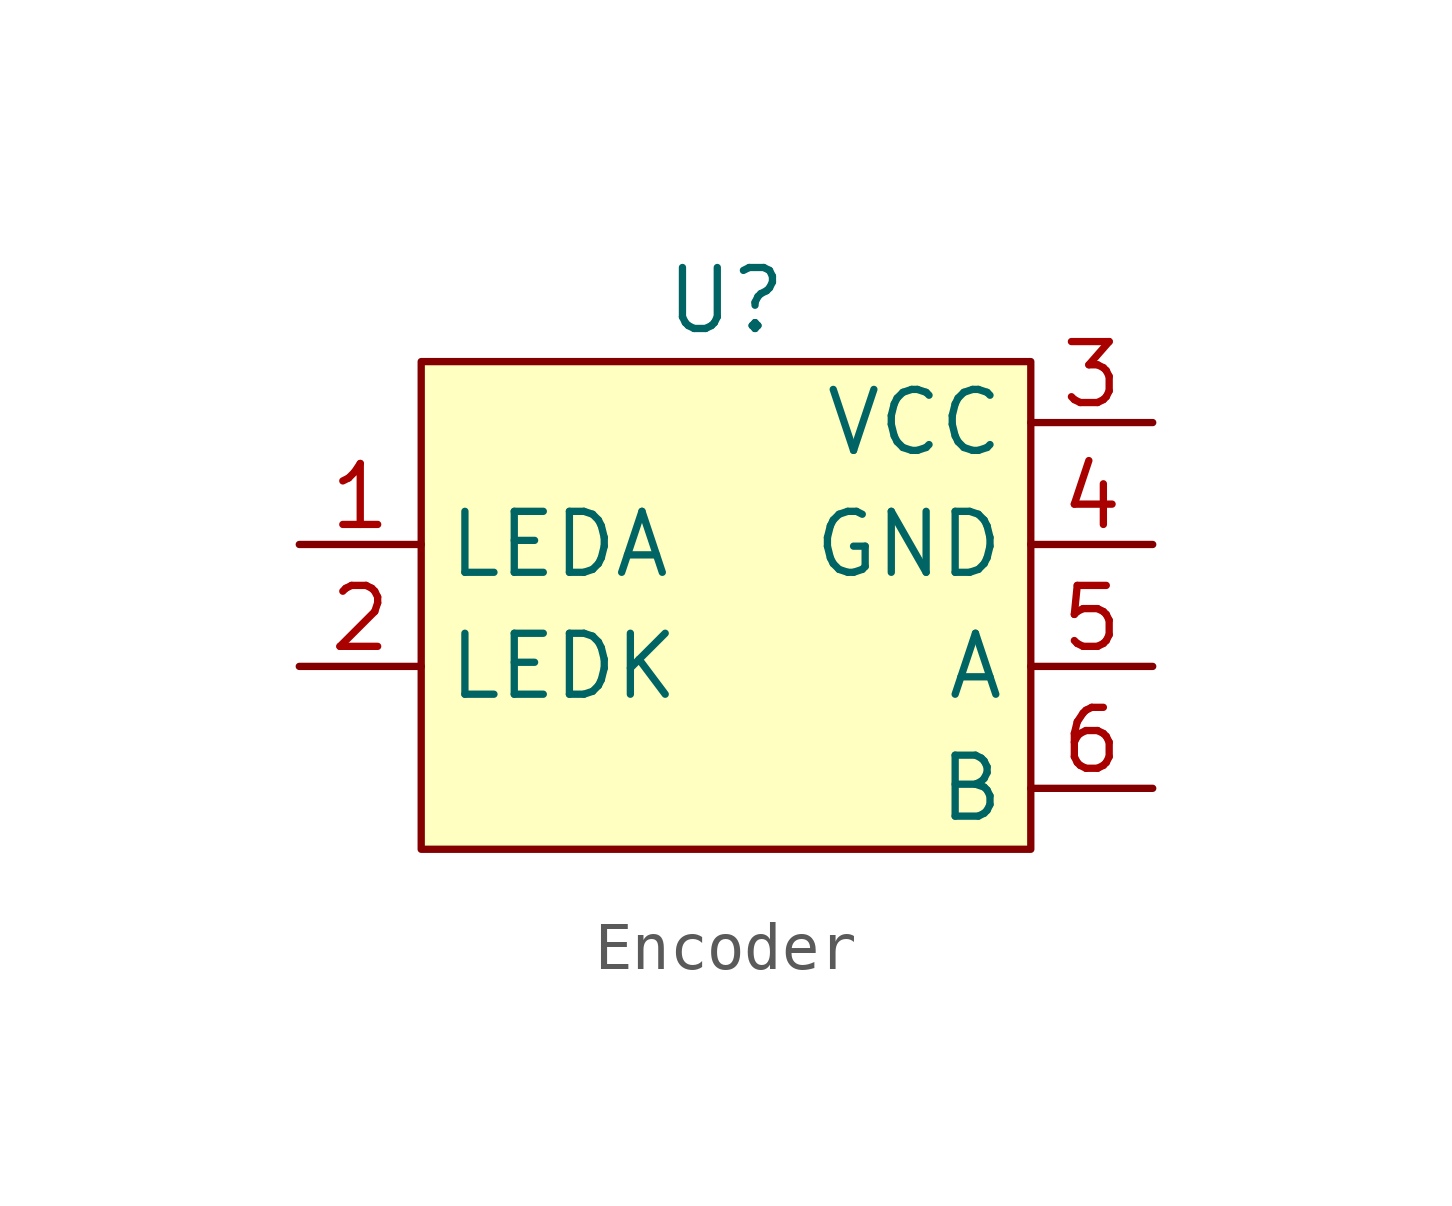
<source format=kicad_sym>
(kicad_symbol_lib
  (version 20220914)
  (generator kicad_symbol_editor)
  (symbol "Encoder"
    (property "Reference" "U"
      (at 0 6.35 0)
      (effects (font (size 1.27 1.27))))
    (property "Value" ""
      (at 2.54 1.27 0)
      (effects (font (size 1.27 1.27))))
    (symbol "Encoder_1_1"
      (rectangle (start -6.35 5.08) (end 6.35 -5.08) (stroke (width 0) (type default)) (fill (type background)))
      (pin passive line (at -8.89 1.27 0) (length 2.54) (name "LEDA" (effects (font (size 1.27 1.27)))) (number "1" (effects (font (size 1.27 1.27)))))
      (pin passive line (at -8.89 -1.27 0) (length 2.54) (name "LEDK" (effects (font (size 1.27 1.27)))) (number "2" (effects (font (size 1.27 1.27)))))
      (pin power_in line (at 8.89 3.81 180) (length 2.54) (name "VCC" (effects (font (size 1.27 1.27)))) (number "3" (effects (font (size 1.27 1.27)))))
      (pin power_in line (at 8.89 1.27 180) (length 2.54) (name "GND" (effects (font (size 1.27 1.27)))) (number "4" (effects (font (size 1.27 1.27)))))
      (pin output line (at 8.89 -1.27 180) (length 2.54) (name "A" (effects (font (size 1.27 1.27)))) (number "5" (effects (font (size 1.27 1.27)))))
      (pin output line (at 8.89 -3.81 180) (length 2.54) (name "B" (effects (font (size 1.27 1.27)))) (number "6" (effects (font (size 1.27 1.27))))))))
</source>
